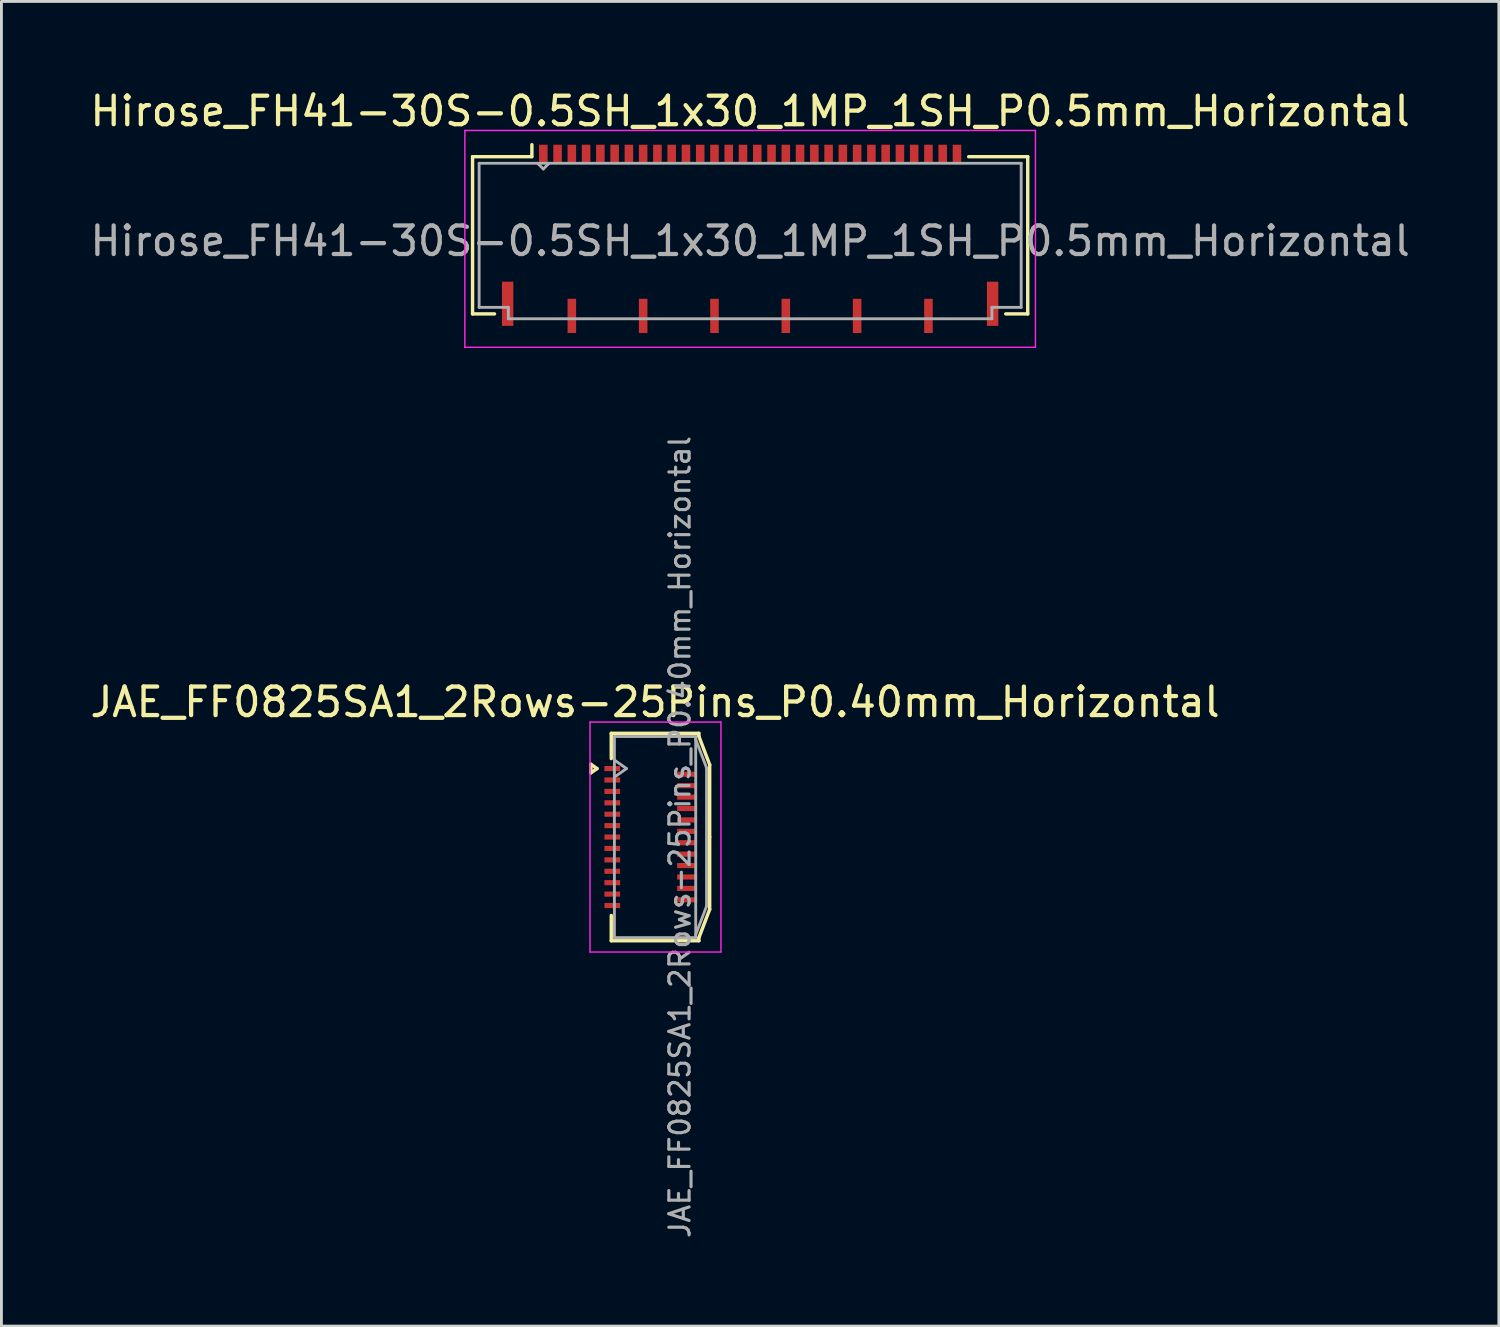
<source format=kicad_pcb>
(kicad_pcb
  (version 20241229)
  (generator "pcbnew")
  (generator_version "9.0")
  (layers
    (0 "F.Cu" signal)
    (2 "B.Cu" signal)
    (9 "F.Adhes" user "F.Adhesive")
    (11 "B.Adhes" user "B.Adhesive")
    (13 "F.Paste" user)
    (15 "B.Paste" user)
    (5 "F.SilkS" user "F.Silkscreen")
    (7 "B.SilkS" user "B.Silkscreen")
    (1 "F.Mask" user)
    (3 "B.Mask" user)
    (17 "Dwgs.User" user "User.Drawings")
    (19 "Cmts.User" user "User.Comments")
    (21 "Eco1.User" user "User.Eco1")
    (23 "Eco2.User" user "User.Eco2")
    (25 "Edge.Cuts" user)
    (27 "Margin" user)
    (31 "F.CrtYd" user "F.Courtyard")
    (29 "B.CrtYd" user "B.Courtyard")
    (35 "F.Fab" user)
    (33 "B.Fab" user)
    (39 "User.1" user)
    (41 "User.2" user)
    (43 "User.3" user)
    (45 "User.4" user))
  (footprint "JAE_FF0825SA1_2Rows-25Pins_P0.40mm_Horizontal"
    (layer "F.Cu")
    (at 19.761 26.29)
    (property "Reference" "JAE_FF0825SA1_2Rows-25Pins_P0.40mm_Horizontal" (at 0.15 -4.73 0) (layer "F.SilkS") (effects (font (size 1 1) (thickness 0.15))))
    (attr smd)
    (fp_line (start -2.097 -2.55) (end -1.885 -2.4) (stroke (width 0.12) (type solid)) (layer "F.SilkS"))
    (fp_line (start -2.097 -2.25) (end -2.097 -2.55) (stroke (width 0.12) (type solid)) (layer "F.SilkS"))
    (fp_line (start -1.885 -2.4) (end -2.097 -2.25) (stroke (width 0.12) (type solid)) (layer "F.SilkS"))
    (fp_line (start -1.385 -3.635) (end 1.685 -3.635) (stroke (width 0.12) (type solid)) (layer "F.SilkS"))
    (fp_line (start -1.385 -2.75) (end -1.385 -3.635) (stroke (width 0.12) (type solid)) (layer "F.SilkS"))
    (fp_line (start -1.385 2.75) (end -1.385 3.635) (stroke (width 0.12) (type solid)) (layer "F.SilkS"))
    (fp_line (start -1.385 3.635) (end 1.685 3.635) (stroke (width 0.12) (type solid)) (layer "F.SilkS"))
    (fp_line (start 1.685 -3.635) (end 1.685 -3.535) (stroke (width 0.12) (type solid)) (layer "F.SilkS"))
    (fp_line (start 1.685 -3.535) (end 2.065 -2.535) (stroke (width 0.12) (type solid)) (layer "F.SilkS"))
    (fp_line (start 1.685 3.535) (end 2.065 2.535) (stroke (width 0.12) (type solid)) (layer "F.SilkS"))
    (fp_line (start 1.685 3.635) (end 1.685 3.535) (stroke (width 0.12) (type solid)) (layer "F.SilkS"))
    (fp_line (start 2.065 -2.535) (end 2.065 0) (stroke (width 0.12) (type solid)) (layer "F.SilkS"))
    (fp_line (start 2.065 2.535) (end 2.065 0) (stroke (width 0.12) (type solid)) (layer "F.SilkS"))
    (fp_line (start -2.13 -4.03) (end -2.13 4.03) (stroke (width 0.05) (type solid)) (layer "F.CrtYd"))
    (fp_line (start -2.13 4.03) (end 2.46 4.03) (stroke (width 0.05) (type solid)) (layer "F.CrtYd"))
    (fp_line (start 2.46 -4.03) (end -2.13 -4.03) (stroke (width 0.05) (type solid)) (layer "F.CrtYd"))
    (fp_line (start 2.46 4.03) (end 2.46 -4.03) (stroke (width 0.05) (type solid)) (layer "F.CrtYd"))
    (fp_line (start -1.275 -3.525) (end -1.275 3.525) (stroke (width 0.1) (type solid)) (layer "F.Fab"))
    (fp_line (start -1.275 -2.7) (end -0.851 -2.4) (stroke (width 0.1) (type solid)) (layer "F.Fab"))
    (fp_line (start -1.275 3.525) (end 1.575 3.525) (stroke (width 0.1) (type solid)) (layer "F.Fab"))
    (fp_line (start -0.851 -2.4) (end -1.275 -2.1) (stroke (width 0.1) (type solid)) (layer "F.Fab"))
    (fp_line (start 1.575 -3.525) (end -1.275 -3.525) (stroke (width 0.1) (type solid)) (layer "F.Fab"))
    (fp_line (start 1.575 -3.425) (end 1.955 -2.425) (stroke (width 0.1) (type solid)) (layer "F.Fab"))
    (fp_line (start 1.575 3.525) (end 1.575 -3.525) (stroke (width 0.1) (type solid)) (layer "F.Fab"))
    (fp_line (start 1.955 -2.425) (end 1.955 2.425) (stroke (width 0.1) (type solid)) (layer "F.Fab"))
    (fp_line (start 1.955 2.425) (end 1.575 3.425) (stroke (width 0.1) (type solid)) (layer "F.Fab"))
    (fp_text user "${REFERENCE}" (at 1.02 0 90) (layer "F.Fab") (effects (font (size 0.71 0.71) (thickness 0.11))))
    (pad "1" smd rect (at -1.35 -2.4) (size 0.55 0.18) (layers "F.Cu" "F.Mask" "F.Paste"))
    (pad "2" smd rect (at 1.275 -2.2) (size 0.7 0.18) (layers "F.Cu" "F.Mask" "F.Paste"))
    (pad "3" smd rect (at -1.35 -2) (size 0.55 0.18) (layers "F.Cu" "F.Mask" "F.Paste"))
    (pad "4" smd rect (at 1.275 -1.8) (size 0.7 0.18) (layers "F.Cu" "F.Mask" "F.Paste"))
    (pad "5" smd rect (at -1.35 -1.6) (size 0.55 0.18) (layers "F.Cu" "F.Mask" "F.Paste"))
    (pad "6" smd rect (at 1.275 -1.4) (size 0.7 0.18) (layers "F.Cu" "F.Mask" "F.Paste"))
    (pad "7" smd rect (at -1.35 -1.2) (size 0.55 0.18) (layers "F.Cu" "F.Mask" "F.Paste"))
    (pad "8" smd rect (at 1.275 -1) (size 0.7 0.18) (layers "F.Cu" "F.Mask" "F.Paste"))
    (pad "9" smd rect (at -1.35 -0.8) (size 0.55 0.18) (layers "F.Cu" "F.Mask" "F.Paste"))
    (pad "10" smd rect (at 1.275 -0.6) (size 0.7 0.18) (layers "F.Cu" "F.Mask" "F.Paste"))
    (pad "11" smd rect (at -1.35 -0.4) (size 0.55 0.18) (layers "F.Cu" "F.Mask" "F.Paste"))
    (pad "12" smd rect (at 1.275 -0.2) (size 0.7 0.18) (layers "F.Cu" "F.Mask" "F.Paste"))
    (pad "13" smd rect (at -1.35 0) (size 0.55 0.18) (layers "F.Cu" "F.Mask" "F.Paste"))
    (pad "14" smd rect (at 1.275 0.2) (size 0.7 0.18) (layers "F.Cu" "F.Mask" "F.Paste"))
    (pad "15" smd rect (at -1.35 0.4) (size 0.55 0.18) (layers "F.Cu" "F.Mask" "F.Paste"))
    (pad "16" smd rect (at 1.275 0.6) (size 0.7 0.18) (layers "F.Cu" "F.Mask" "F.Paste"))
    (pad "17" smd rect (at -1.35 0.8) (size 0.55 0.18) (layers "F.Cu" "F.Mask" "F.Paste"))
    (pad "18" smd rect (at 1.275 1) (size 0.7 0.18) (layers "F.Cu" "F.Mask" "F.Paste"))
    (pad "19" smd rect (at -1.35 1.2) (size 0.55 0.18) (layers "F.Cu" "F.Mask" "F.Paste"))
    (pad "20" smd rect (at 1.275 1.4) (size 0.7 0.18) (layers "F.Cu" "F.Mask" "F.Paste"))
    (pad "21" smd rect (at -1.35 1.6) (size 0.55 0.18) (layers "F.Cu" "F.Mask" "F.Paste"))
    (pad "22" smd rect (at 1.275 1.8) (size 0.7 0.18) (layers "F.Cu" "F.Mask" "F.Paste"))
    (pad "23" smd rect (at -1.35 2) (size 0.55 0.18) (layers "F.Cu" "F.Mask" "F.Paste"))
    (pad "24" smd rect (at 1.275 2.2) (size 0.7 0.18) (layers "F.Cu" "F.Mask" "F.Paste"))
    (pad "25" smd rect (at -1.35 2.4) (size 0.55 0.18) (layers "F.Cu" "F.Mask" "F.Paste")))
  (footprint "Hirose_FH41-30S-0.5SH_1x30_1MP_1SH_P0.5mm_Horizontal"
    (layer "F.Cu")
    (at 23.244 5.323)
    (property "Reference" "Hirose_FH41-30S-0.5SH_1x30_1MP_1SH_P0.5mm_Horizontal" (at 0 -4.475 0) (layer "F.SilkS") (effects (font (size 1 1) (thickness 0.15))))
    (attr smd)
    (fp_line (start -9.73 -2.88) (end -9.73 2.63) (stroke (width 0.12) (type solid)) (layer "F.SilkS"))
    (fp_line (start -9.73 2.63) (end -8.96 2.63) (stroke (width 0.12) (type solid)) (layer "F.SilkS"))
    (fp_line (start -7.66 -2.88) (end -9.73 -2.88) (stroke (width 0.12) (type solid)) (layer "F.SilkS"))
    (fp_line (start -7.65 -2.88) (end -7.65 -3.3) (stroke (width 0.12) (type solid)) (layer "F.SilkS"))
    (fp_line (start 7.66 -2.88) (end 9.73 -2.88) (stroke (width 0.12) (type solid)) (layer "F.SilkS"))
    (fp_line (start 9.73 -2.88) (end 9.73 2.63) (stroke (width 0.12) (type solid)) (layer "F.SilkS"))
    (fp_line (start 9.73 2.63) (end 8.96 2.63) (stroke (width 0.12) (type solid)) (layer "F.SilkS"))
    (fp_line (start -10 -3.8) (end -10 3.8) (stroke (width 0.05) (type solid)) (layer "F.CrtYd"))
    (fp_line (start -10 -3.8) (end 10 -3.8) (stroke (width 0.05) (type solid)) (layer "F.CrtYd"))
    (fp_line (start -10 3.8) (end 10 3.8) (stroke (width 0.05) (type solid)) (layer "F.CrtYd"))
    (fp_line (start 10 -3.8) (end 10 3.8) (stroke (width 0.05) (type solid)) (layer "F.CrtYd"))
    (fp_line (start -9.5 -2.65) (end 9.5 -2.65) (stroke (width 0.1) (type solid)) (layer "F.Fab"))
    (fp_line (start -9.5 2.4) (end -9.5 -2.65) (stroke (width 0.1) (type solid)) (layer "F.Fab"))
    (fp_line (start -8.475 2.4) (end -9.5 2.4) (stroke (width 0.1) (type solid)) (layer "F.Fab"))
    (fp_line (start -8.475 2.8) (end -8.475 2.4) (stroke (width 0.1) (type solid)) (layer "F.Fab"))
    (fp_line (start -7.45 -2.65) (end -7.25 -2.45) (stroke (width 0.1) (type solid)) (layer "F.Fab"))
    (fp_line (start -7.25 -2.45) (end -7.05 -2.65) (stroke (width 0.1) (type solid)) (layer "F.Fab"))
    (fp_line (start 8.475 2.4) (end 8.475 2.8) (stroke (width 0.1) (type solid)) (layer "F.Fab"))
    (fp_line (start 8.475 2.8) (end -8.475 2.8) (stroke (width 0.1) (type solid)) (layer "F.Fab"))
    (fp_line (start 9.5 -2.65) (end 9.5 2.4) (stroke (width 0.1) (type solid)) (layer "F.Fab"))
    (fp_line (start 9.5 2.4) (end 8.475 2.4) (stroke (width 0.1) (type solid)) (layer "F.Fab"))
    (fp_text user "${REFERENCE}" (at 0 0.075 0) (layer "F.Fab") (effects (font (size 1 1) (thickness 0.15))))
    (pad "1" smd rect (at -7.25 -2.975) (size 0.3 0.65) (layers "F.Cu" "F.Mask" "F.Paste"))
    (pad "2" smd rect (at -6.75 -2.975) (size 0.3 0.65) (layers "F.Cu" "F.Mask" "F.Paste"))
    (pad "3" smd rect (at -6.25 -2.975) (size 0.3 0.65) (layers "F.Cu" "F.Mask" "F.Paste"))
    (pad "4" smd rect (at -5.75 -2.975) (size 0.3 0.65) (layers "F.Cu" "F.Mask" "F.Paste"))
    (pad "5" smd rect (at -5.25 -2.975) (size 0.3 0.65) (layers "F.Cu" "F.Mask" "F.Paste"))
    (pad "6" smd rect (at -4.75 -2.975) (size 0.3 0.65) (layers "F.Cu" "F.Mask" "F.Paste"))
    (pad "7" smd rect (at -4.25 -2.975) (size 0.3 0.65) (layers "F.Cu" "F.Mask" "F.Paste"))
    (pad "8" smd rect (at -3.75 -2.975) (size 0.3 0.65) (layers "F.Cu" "F.Mask" "F.Paste"))
    (pad "9" smd rect (at -3.25 -2.975) (size 0.3 0.65) (layers "F.Cu" "F.Mask" "F.Paste"))
    (pad "10" smd rect (at -2.75 -2.975) (size 0.3 0.65) (layers "F.Cu" "F.Mask" "F.Paste"))
    (pad "11" smd rect (at -2.25 -2.975) (size 0.3 0.65) (layers "F.Cu" "F.Mask" "F.Paste"))
    (pad "12" smd rect (at -1.75 -2.975) (size 0.3 0.65) (layers "F.Cu" "F.Mask" "F.Paste"))
    (pad "13" smd rect (at -1.25 -2.975) (size 0.3 0.65) (layers "F.Cu" "F.Mask" "F.Paste"))
    (pad "14" smd rect (at -0.75 -2.975) (size 0.3 0.65) (layers "F.Cu" "F.Mask" "F.Paste"))
    (pad "15" smd rect (at -0.25 -2.975) (size 0.3 0.65) (layers "F.Cu" "F.Mask" "F.Paste"))
    (pad "16" smd rect (at 0.25 -2.975) (size 0.3 0.65) (layers "F.Cu" "F.Mask" "F.Paste"))
    (pad "17" smd rect (at 0.75 -2.975) (size 0.3 0.65) (layers "F.Cu" "F.Mask" "F.Paste"))
    (pad "18" smd rect (at 1.25 -2.975) (size 0.3 0.65) (layers "F.Cu" "F.Mask" "F.Paste"))
    (pad "19" smd rect (at 1.75 -2.975) (size 0.3 0.65) (layers "F.Cu" "F.Mask" "F.Paste"))
    (pad "20" smd rect (at 2.25 -2.975) (size 0.3 0.65) (layers "F.Cu" "F.Mask" "F.Paste"))
    (pad "21" smd rect (at 2.75 -2.975) (size 0.3 0.65) (layers "F.Cu" "F.Mask" "F.Paste"))
    (pad "22" smd rect (at 3.25 -2.975) (size 0.3 0.65) (layers "F.Cu" "F.Mask" "F.Paste"))
    (pad "23" smd rect (at 3.75 -2.975) (size 0.3 0.65) (layers "F.Cu" "F.Mask" "F.Paste"))
    (pad "24" smd rect (at 4.25 -2.975) (size 0.3 0.65) (layers "F.Cu" "F.Mask" "F.Paste"))
    (pad "25" smd rect (at 4.75 -2.975) (size 0.3 0.65) (layers "F.Cu" "F.Mask" "F.Paste"))
    (pad "26" smd rect (at 5.25 -2.975) (size 0.3 0.65) (layers "F.Cu" "F.Mask" "F.Paste"))
    (pad "27" smd rect (at 5.75 -2.975) (size 0.3 0.65) (layers "F.Cu" "F.Mask" "F.Paste"))
    (pad "28" smd rect (at 6.25 -2.975) (size 0.3 0.65) (layers "F.Cu" "F.Mask" "F.Paste"))
    (pad "29" smd rect (at 6.75 -2.975) (size 0.3 0.65) (layers "F.Cu" "F.Mask" "F.Paste"))
    (pad "30" smd rect (at 7.25 -2.975) (size 0.3 0.65) (layers "F.Cu" "F.Mask" "F.Paste"))
    (pad "MP" smd rect (at -8.5 2.275) (size 0.4 1.55) (layers "F.Cu" "F.Mask" "F.Paste"))
    (pad "MP" smd rect (at 8.5 2.275) (size 0.4 1.55) (layers "F.Cu" "F.Mask" "F.Paste"))
    (pad "SH" smd rect (at -6.25 2.7) (size 0.3 1.2) (layers "F.Cu" "F.Mask" "F.Paste"))
    (pad "SH" smd rect (at -3.75 2.7) (size 0.3 1.2) (layers "F.Cu" "F.Mask" "F.Paste"))
    (pad "SH" smd rect (at -1.25 2.7) (size 0.3 1.2) (layers "F.Cu" "F.Mask" "F.Paste"))
    (pad "SH" smd rect (at 1.25 2.7) (size 0.3 1.2) (layers "F.Cu" "F.Mask" "F.Paste"))
    (pad "SH" smd rect (at 3.75 2.7) (size 0.3 1.2) (layers "F.Cu" "F.Mask" "F.Paste"))
    (pad "SH" smd rect (at 6.25 2.7) (size 0.3 1.2) (layers "F.Cu" "F.Mask" "F.Paste")))
  (gr_rect
    (start -3 -3)
    (end 49.488 43.432)
    (stroke (width 0.1) (type default))
    (fill no)
    (layer "Edge.Cuts")))
</source>
